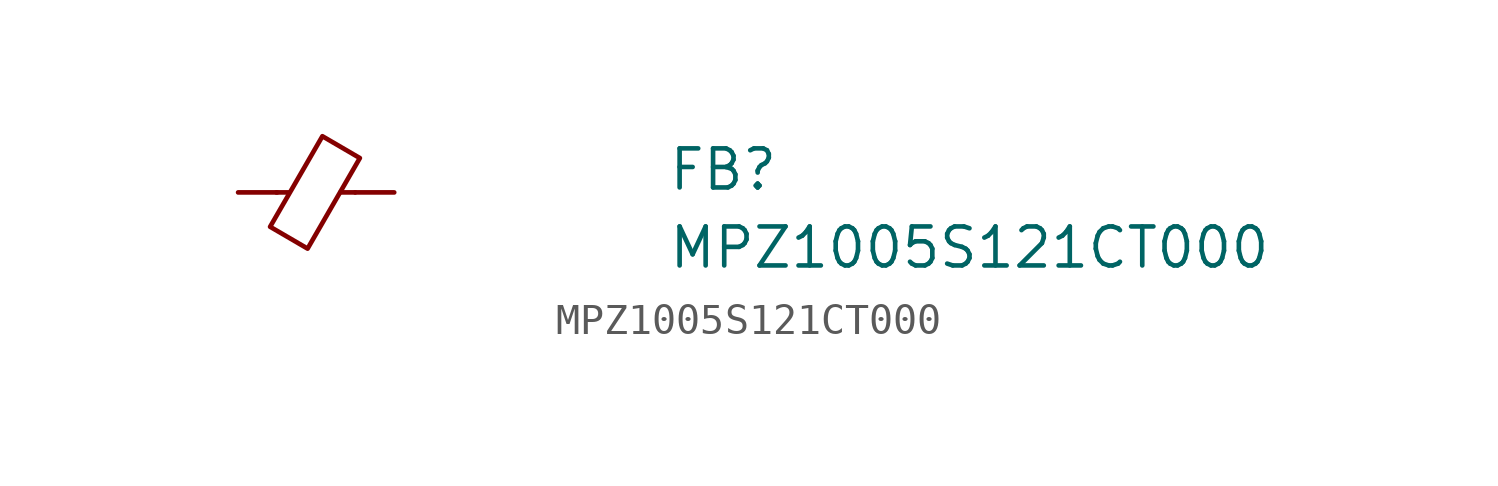
<source format=kicad_sym>
(kicad_symbol_lib
  (version 20211014)
  (generator kicad_symbol_editor)
  (symbol "MPZ1005S121CT000"
    (pin_numbers hide)
    (pin_names hide)
    (property "Reference" "FB"
      (at 13.97 0 0)
      (effects (font (size 1.27 1.27) (thickness 0.15)) (justify left bottom)))
    (property "Value" "MPZ1005S121CT000"
      (at 13.97 -2.54 0)
      (effects (font (size 1.27 1.27) (thickness 0.15)) (justify left bottom)))
    (symbol "MPZ1005S121CT000_0_1"
      (polyline (pts (xy 1.651 0) (xy 1.245 0)) (stroke (width 0) (type default) (color 0 0 0 0)) (fill (type none)))
      (polyline (pts (xy 3.81 0) (xy 3.327 0)) (stroke (width 0) (type default) (color 0 0 0 0)) (fill (type none)))
      (polyline (pts (xy 2.261 -1.829) (xy 1.041 -1.118) (xy 2.743 1.829) (xy 3.962 1.118) (xy 2.261 -1.829)) (stroke (width 0) (type default) (color 0 0 0 0)) (fill (type none))))
    (symbol "MPZ1005S121CT000_1_1"
      (pin passive line (at 0 0 0) (length 1.27) (name "~" (effects (font (size 1.27 1.27)))) (number "1" (effects (font (size 1.27 1.27)))))
      (pin passive line (at 5.08 0 180) (length 1.27) (name "~" (effects (font (size 1.27 1.27)))) (number "2" (effects (font (size 1.27 1.27))))))))
</source>
